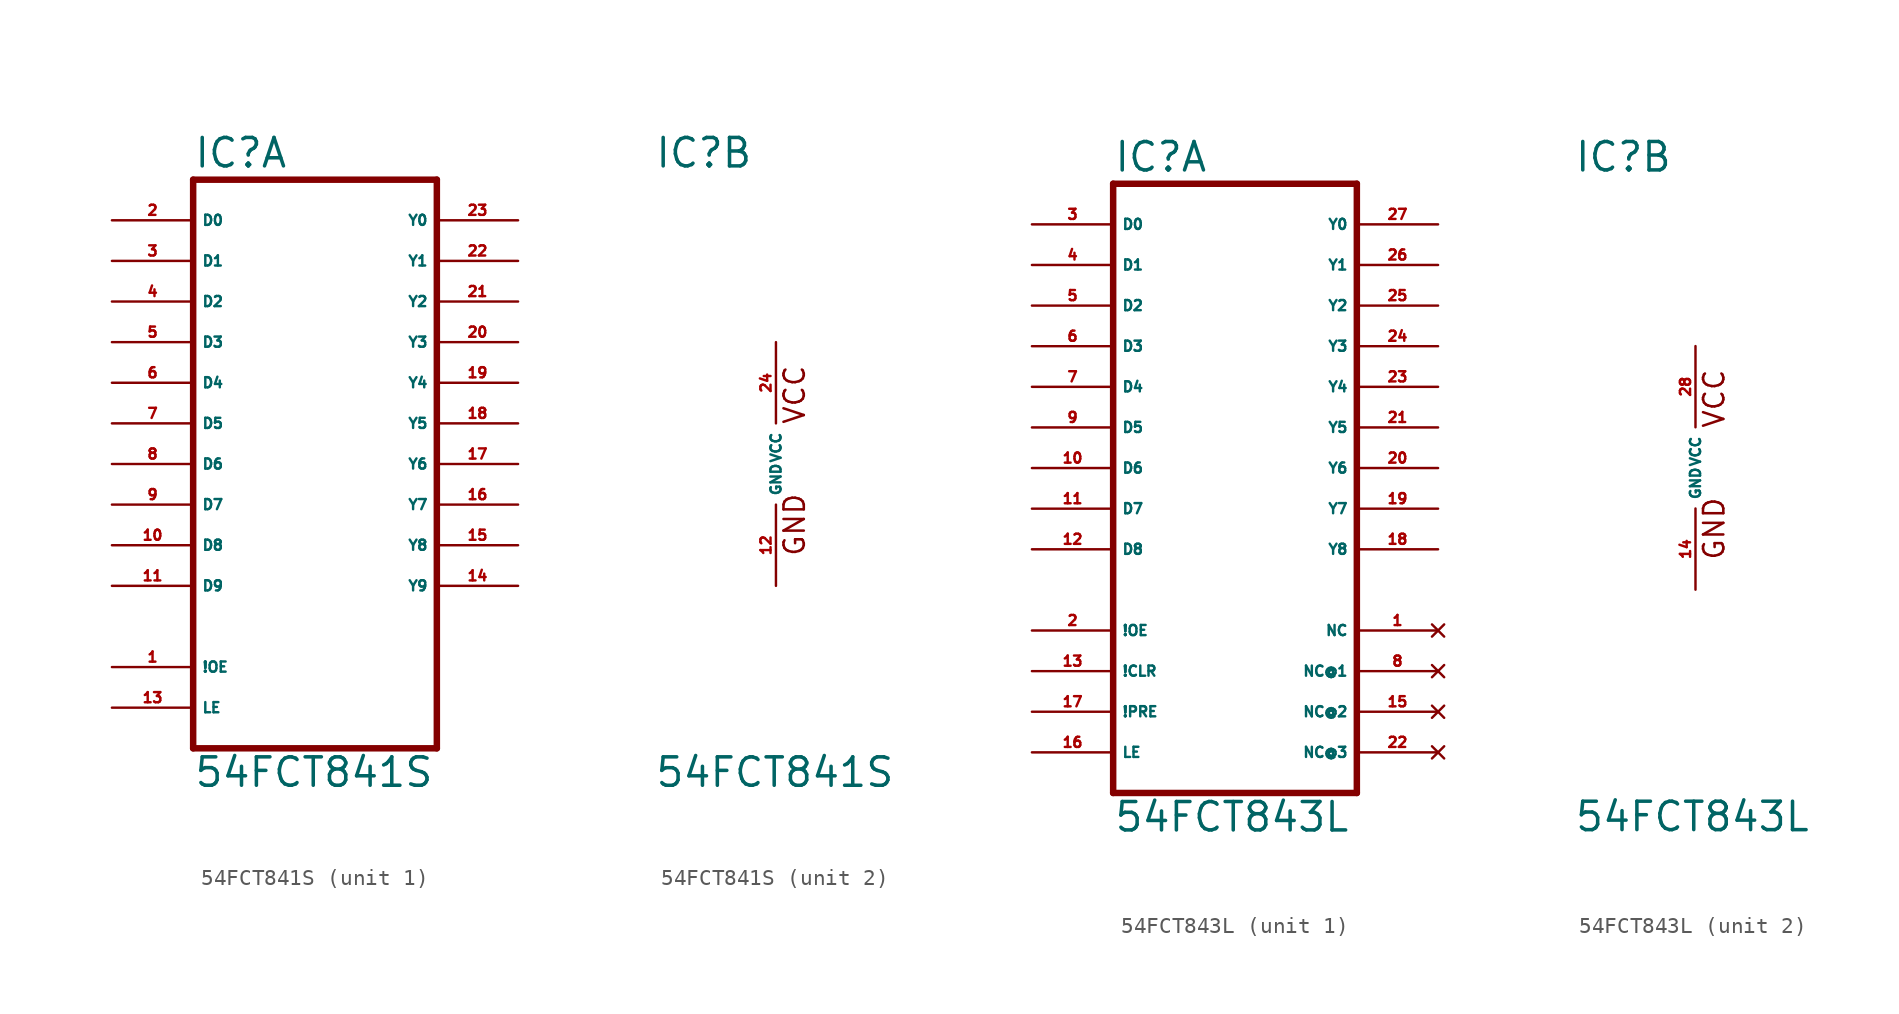
<source format=kicad_sym>
(kicad_symbol_lib
  (version 20220914)
  (generator Eagle2Kicad)
  (symbol "54FCT841S"
    (property "Reference" "IC"
      (at -7.62 18.415 0)
      (effects (font (size 1.778 1.778) (thickness 0.22)) (justify left bottom)))
    (property "Value" "54FCT841S"
      (at -7.62 -20.32 0)
      (effects (font (size 1.778 1.778) (thickness 0.22)) (justify left bottom)))
    (symbol "54FCT841S_1_0"
      (polyline (pts (xy -7.62 -17.78) (xy 7.62 -17.78)) (stroke (width 0.406) (type default)) (fill (type none)))
      (polyline (pts (xy 7.62 -17.78) (xy 7.62 17.78)) (stroke (width 0.406) (type default)) (fill (type none)))
      (polyline (pts (xy 7.62 17.78) (xy -7.62 17.78)) (stroke (width 0.406) (type default)) (fill (type none)))
      (polyline (pts (xy -7.62 17.78) (xy -7.62 -17.78)) (stroke (width 0.406) (type default)) (fill (type none)))
      (pin input line (at -12.7 15.24 0) (length 5.08) (name "D0" (effects (font (size 0.635 0.635) (thickness 0.08)) (justify left bottom))) (number "2" (effects (font (size 0.635 0.635) (thickness 0.08)) (justify left bottom))))
      (pin input line (at -12.7 12.7 0) (length 5.08) (name "D1" (effects (font (size 0.635 0.635) (thickness 0.08)) (justify left bottom))) (number "3" (effects (font (size 0.635 0.635) (thickness 0.08)) (justify left bottom))))
      (pin input line (at -12.7 10.16 0) (length 5.08) (name "D2" (effects (font (size 0.635 0.635) (thickness 0.08)) (justify left bottom))) (number "4" (effects (font (size 0.635 0.635) (thickness 0.08)) (justify left bottom))))
      (pin input line (at -12.7 7.62 0) (length 5.08) (name "D3" (effects (font (size 0.635 0.635) (thickness 0.08)) (justify left bottom))) (number "5" (effects (font (size 0.635 0.635) (thickness 0.08)) (justify left bottom))))
      (pin input line (at -12.7 5.08 0) (length 5.08) (name "D4" (effects (font (size 0.635 0.635) (thickness 0.08)) (justify left bottom))) (number "6" (effects (font (size 0.635 0.635) (thickness 0.08)) (justify left bottom))))
      (pin input line (at -12.7 2.54 0) (length 5.08) (name "D5" (effects (font (size 0.635 0.635) (thickness 0.08)) (justify left bottom))) (number "7" (effects (font (size 0.635 0.635) (thickness 0.08)) (justify left bottom))))
      (pin input line (at -12.7 0 0) (length 5.08) (name "D6" (effects (font (size 0.635 0.635) (thickness 0.08)) (justify left bottom))) (number "8" (effects (font (size 0.635 0.635) (thickness 0.08)) (justify left bottom))))
      (pin input line (at -12.7 -2.54 0) (length 5.08) (name "D7" (effects (font (size 0.635 0.635) (thickness 0.08)) (justify left bottom))) (number "9" (effects (font (size 0.635 0.635) (thickness 0.08)) (justify left bottom))))
      (pin input line (at -12.7 -5.08 0) (length 5.08) (name "D8" (effects (font (size 0.635 0.635) (thickness 0.08)) (justify left bottom))) (number "10" (effects (font (size 0.635 0.635) (thickness 0.08)) (justify left bottom))))
      (pin input line (at -12.7 -7.62 0) (length 5.08) (name "D9" (effects (font (size 0.635 0.635) (thickness 0.08)) (justify left bottom))) (number "11" (effects (font (size 0.635 0.635) (thickness 0.08)) (justify left bottom))))
      (pin input line (at -12.7 -12.7 0) (length 5.08) (name "!OE" (effects (font (size 0.635 0.635) (thickness 0.08)) (justify left bottom))) (number "1" (effects (font (size 0.635 0.635) (thickness 0.08)) (justify left bottom))))
      (pin input line (at -12.7 -15.24 0) (length 5.08) (name "LE" (effects (font (size 0.635 0.635) (thickness 0.08)) (justify left bottom))) (number "13" (effects (font (size 0.635 0.635) (thickness 0.08)) (justify left bottom))))
      (pin output line (at 12.7 15.24 180) (length 5.08) (name "Y0" (effects (font (size 0.635 0.635) (thickness 0.08)) (justify left bottom))) (number "23" (effects (font (size 0.635 0.635) (thickness 0.08)) (justify left bottom))))
      (pin output line (at 12.7 12.7 180) (length 5.08) (name "Y1" (effects (font (size 0.635 0.635) (thickness 0.08)) (justify left bottom))) (number "22" (effects (font (size 0.635 0.635) (thickness 0.08)) (justify left bottom))))
      (pin output line (at 12.7 10.16 180) (length 5.08) (name "Y2" (effects (font (size 0.635 0.635) (thickness 0.08)) (justify left bottom))) (number "21" (effects (font (size 0.635 0.635) (thickness 0.08)) (justify left bottom))))
      (pin output line (at 12.7 7.62 180) (length 5.08) (name "Y3" (effects (font (size 0.635 0.635) (thickness 0.08)) (justify left bottom))) (number "20" (effects (font (size 0.635 0.635) (thickness 0.08)) (justify left bottom))))
      (pin output line (at 12.7 5.08 180) (length 5.08) (name "Y4" (effects (font (size 0.635 0.635) (thickness 0.08)) (justify left bottom))) (number "19" (effects (font (size 0.635 0.635) (thickness 0.08)) (justify left bottom))))
      (pin output line (at 12.7 2.54 180) (length 5.08) (name "Y5" (effects (font (size 0.635 0.635) (thickness 0.08)) (justify left bottom))) (number "18" (effects (font (size 0.635 0.635) (thickness 0.08)) (justify left bottom))))
      (pin output line (at 12.7 0 180) (length 5.08) (name "Y6" (effects (font (size 0.635 0.635) (thickness 0.08)) (justify left bottom))) (number "17" (effects (font (size 0.635 0.635) (thickness 0.08)) (justify left bottom))))
      (pin output line (at 12.7 -2.54 180) (length 5.08) (name "Y7" (effects (font (size 0.635 0.635) (thickness 0.08)) (justify left bottom))) (number "16" (effects (font (size 0.635 0.635) (thickness 0.08)) (justify left bottom))))
      (pin output line (at 12.7 -5.08 180) (length 5.08) (name "Y8" (effects (font (size 0.635 0.635) (thickness 0.08)) (justify left bottom))) (number "15" (effects (font (size 0.635 0.635) (thickness 0.08)) (justify left bottom))))
      (pin output line (at 12.7 -7.62 180) (length 5.08) (name "Y9" (effects (font (size 0.635 0.635) (thickness 0.08)) (justify left bottom))) (number "14" (effects (font (size 0.635 0.635) (thickness 0.08)) (justify left bottom)))))
    (symbol "54FCT841S_2_0"
      (text "GND" (at 1.905 -5.842 900) (effects (font (size 1.27 1.27) (thickness 0.16)) (justify left bottom)))
      (text "VCC" (at 1.905 2.413 900) (effects (font (size 1.27 1.27) (thickness 0.16)) (justify left bottom)))
      (pin unspecified line (at 0 7.62 270) (length 5.08) (name "VCC" (effects (font (size 0.635 0.635) (thickness 0.08)) (justify left bottom))) (number "24" (effects (font (size 0.635 0.635) (thickness 0.08)) (justify left bottom))))
      (pin unspecified line (at 0 -7.62 90) (length 5.08) (name "GND" (effects (font (size 0.635 0.635) (thickness 0.08)) (justify left bottom))) (number "12" (effects (font (size 0.635 0.635) (thickness 0.08)) (justify left bottom))))))
  (symbol "54FCT843L"
    (property "Reference" "IC"
      (at -7.62 18.415 0)
      (effects (font (size 1.778 1.778) (thickness 0.22)) (justify left bottom)))
    (property "Value" "54FCT843L"
      (at -7.62 -22.86 0)
      (effects (font (size 1.778 1.778) (thickness 0.22)) (justify left bottom)))
    (symbol "54FCT843L_1_0"
      (polyline (pts (xy -7.62 -20.32) (xy 7.62 -20.32)) (stroke (width 0.406) (type default)) (fill (type none)))
      (polyline (pts (xy 7.62 -20.32) (xy 7.62 17.78)) (stroke (width 0.406) (type default)) (fill (type none)))
      (polyline (pts (xy 7.62 17.78) (xy -7.62 17.78)) (stroke (width 0.406) (type default)) (fill (type none)))
      (polyline (pts (xy -7.62 17.78) (xy -7.62 -20.32)) (stroke (width 0.406) (type default)) (fill (type none)))
      (pin input line (at -12.7 15.24 0) (length 5.08) (name "D0" (effects (font (size 0.635 0.635) (thickness 0.08)) (justify left bottom))) (number "3" (effects (font (size 0.635 0.635) (thickness 0.08)) (justify left bottom))))
      (pin input line (at -12.7 12.7 0) (length 5.08) (name "D1" (effects (font (size 0.635 0.635) (thickness 0.08)) (justify left bottom))) (number "4" (effects (font (size 0.635 0.635) (thickness 0.08)) (justify left bottom))))
      (pin input line (at -12.7 10.16 0) (length 5.08) (name "D2" (effects (font (size 0.635 0.635) (thickness 0.08)) (justify left bottom))) (number "5" (effects (font (size 0.635 0.635) (thickness 0.08)) (justify left bottom))))
      (pin input line (at -12.7 7.62 0) (length 5.08) (name "D3" (effects (font (size 0.635 0.635) (thickness 0.08)) (justify left bottom))) (number "6" (effects (font (size 0.635 0.635) (thickness 0.08)) (justify left bottom))))
      (pin input line (at -12.7 5.08 0) (length 5.08) (name "D4" (effects (font (size 0.635 0.635) (thickness 0.08)) (justify left bottom))) (number "7" (effects (font (size 0.635 0.635) (thickness 0.08)) (justify left bottom))))
      (pin input line (at -12.7 2.54 0) (length 5.08) (name "D5" (effects (font (size 0.635 0.635) (thickness 0.08)) (justify left bottom))) (number "9" (effects (font (size 0.635 0.635) (thickness 0.08)) (justify left bottom))))
      (pin input line (at -12.7 0 0) (length 5.08) (name "D6" (effects (font (size 0.635 0.635) (thickness 0.08)) (justify left bottom))) (number "10" (effects (font (size 0.635 0.635) (thickness 0.08)) (justify left bottom))))
      (pin input line (at -12.7 -2.54 0) (length 5.08) (name "D7" (effects (font (size 0.635 0.635) (thickness 0.08)) (justify left bottom))) (number "11" (effects (font (size 0.635 0.635) (thickness 0.08)) (justify left bottom))))
      (pin input line (at -12.7 -5.08 0) (length 5.08) (name "D8" (effects (font (size 0.635 0.635) (thickness 0.08)) (justify left bottom))) (number "12" (effects (font (size 0.635 0.635) (thickness 0.08)) (justify left bottom))))
      (pin input line (at -12.7 -12.7 0) (length 5.08) (name "!CLR" (effects (font (size 0.635 0.635) (thickness 0.08)) (justify left bottom))) (number "13" (effects (font (size 0.635 0.635) (thickness 0.08)) (justify left bottom))))
      (pin input line (at -12.7 -10.16 0) (length 5.08) (name "!OE" (effects (font (size 0.635 0.635) (thickness 0.08)) (justify left bottom))) (number "2" (effects (font (size 0.635 0.635) (thickness 0.08)) (justify left bottom))))
      (pin input line (at -12.7 -17.78 0) (length 5.08) (name "LE" (effects (font (size 0.635 0.635) (thickness 0.08)) (justify left bottom))) (number "16" (effects (font (size 0.635 0.635) (thickness 0.08)) (justify left bottom))))
      (pin output line (at 12.7 15.24 180) (length 5.08) (name "Y0" (effects (font (size 0.635 0.635) (thickness 0.08)) (justify left bottom))) (number "27" (effects (font (size 0.635 0.635) (thickness 0.08)) (justify left bottom))))
      (pin output line (at 12.7 12.7 180) (length 5.08) (name "Y1" (effects (font (size 0.635 0.635) (thickness 0.08)) (justify left bottom))) (number "26" (effects (font (size 0.635 0.635) (thickness 0.08)) (justify left bottom))))
      (pin output line (at 12.7 10.16 180) (length 5.08) (name "Y2" (effects (font (size 0.635 0.635) (thickness 0.08)) (justify left bottom))) (number "25" (effects (font (size 0.635 0.635) (thickness 0.08)) (justify left bottom))))
      (pin output line (at 12.7 7.62 180) (length 5.08) (name "Y3" (effects (font (size 0.635 0.635) (thickness 0.08)) (justify left bottom))) (number "24" (effects (font (size 0.635 0.635) (thickness 0.08)) (justify left bottom))))
      (pin output line (at 12.7 5.08 180) (length 5.08) (name "Y4" (effects (font (size 0.635 0.635) (thickness 0.08)) (justify left bottom))) (number "23" (effects (font (size 0.635 0.635) (thickness 0.08)) (justify left bottom))))
      (pin output line (at 12.7 2.54 180) (length 5.08) (name "Y5" (effects (font (size 0.635 0.635) (thickness 0.08)) (justify left bottom))) (number "21" (effects (font (size 0.635 0.635) (thickness 0.08)) (justify left bottom))))
      (pin output line (at 12.7 0 180) (length 5.08) (name "Y6" (effects (font (size 0.635 0.635) (thickness 0.08)) (justify left bottom))) (number "20" (effects (font (size 0.635 0.635) (thickness 0.08)) (justify left bottom))))
      (pin output line (at 12.7 -2.54 180) (length 5.08) (name "Y7" (effects (font (size 0.635 0.635) (thickness 0.08)) (justify left bottom))) (number "19" (effects (font (size 0.635 0.635) (thickness 0.08)) (justify left bottom))))
      (pin output line (at 12.7 -5.08 180) (length 5.08) (name "Y8" (effects (font (size 0.635 0.635) (thickness 0.08)) (justify left bottom))) (number "18" (effects (font (size 0.635 0.635) (thickness 0.08)) (justify left bottom))))
      (pin input line (at -12.7 -15.24 0) (length 5.08) (name "!PRE" (effects (font (size 0.635 0.635) (thickness 0.08)) (justify left bottom))) (number "17" (effects (font (size 0.635 0.635) (thickness 0.08)) (justify left bottom))))
      (pin no_connect line (at 12.7 -10.16 180) (length 5.08) (name "NC" (effects (font (size 0.635 0.635) (thickness 0.08)) (justify left bottom) hide)) (number "1" (effects (font (size 0.635 0.635) (thickness 0.08)) (justify left bottom) hide)))
      (pin no_connect line (at 12.7 -12.7 180) (length 5.08) (name "NC@1" (effects (font (size 0.635 0.635) (thickness 0.08)) (justify left bottom) hide)) (number "8" (effects (font (size 0.635 0.635) (thickness 0.08)) (justify left bottom) hide)))
      (pin no_connect line (at 12.7 -15.24 180) (length 5.08) (name "NC@2" (effects (font (size 0.635 0.635) (thickness 0.08)) (justify left bottom) hide)) (number "15" (effects (font (size 0.635 0.635) (thickness 0.08)) (justify left bottom) hide)))
      (pin no_connect line (at 12.7 -17.78 180) (length 5.08) (name "NC@3" (effects (font (size 0.635 0.635) (thickness 0.08)) (justify left bottom) hide)) (number "22" (effects (font (size 0.635 0.635) (thickness 0.08)) (justify left bottom) hide))))
    (symbol "54FCT843L_2_0"
      (text "GND" (at 1.905 -5.842 900) (effects (font (size 1.27 1.27) (thickness 0.16)) (justify left bottom)))
      (text "VCC" (at 1.905 2.413 900) (effects (font (size 1.27 1.27) (thickness 0.16)) (justify left bottom)))
      (pin unspecified line (at 0 7.62 270) (length 5.08) (name "VCC" (effects (font (size 0.635 0.635) (thickness 0.08)) (justify left bottom))) (number "28" (effects (font (size 0.635 0.635) (thickness 0.08)) (justify left bottom))))
      (pin unspecified line (at 0 -7.62 90) (length 5.08) (name "GND" (effects (font (size 0.635 0.635) (thickness 0.08)) (justify left bottom))) (number "14" (effects (font (size 0.635 0.635) (thickness 0.08)) (justify left bottom)))))))
</source>
